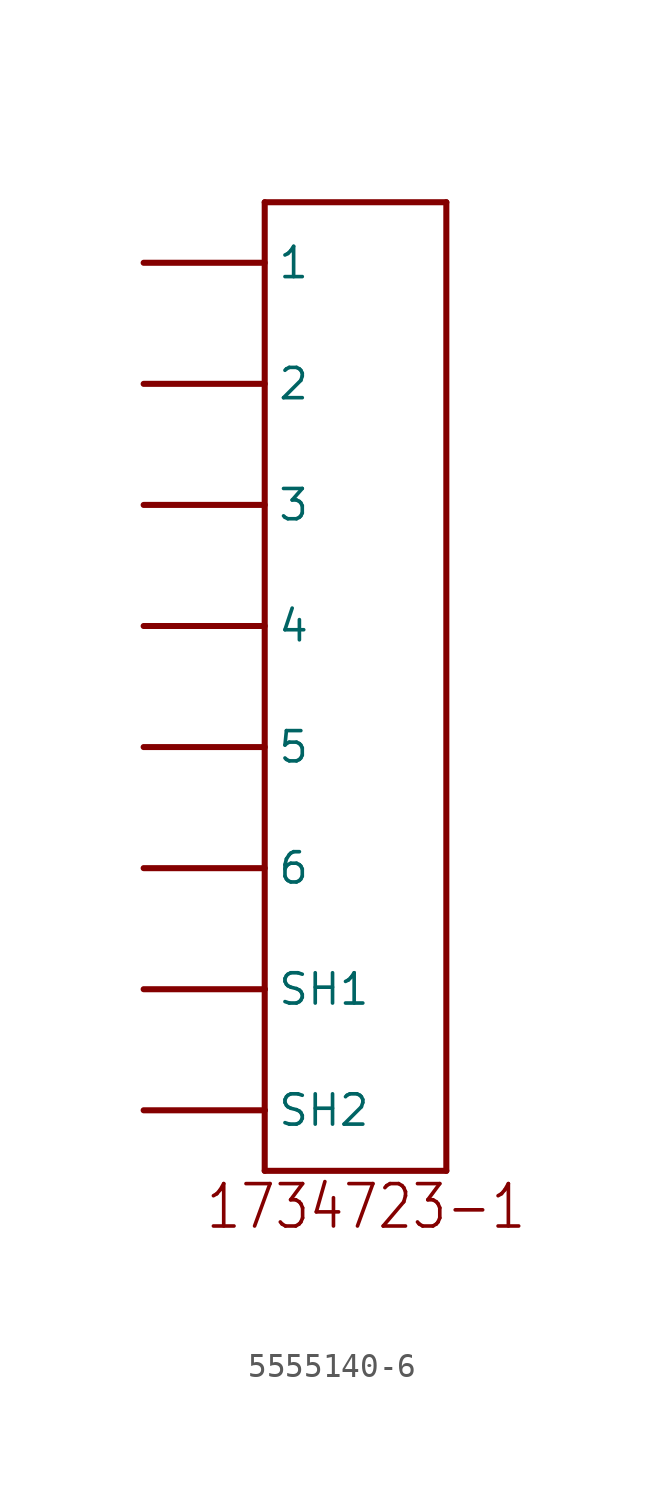
<source format=kicad_sym>
(kicad_symbol_lib
  (version 20220914)
  (generator kicad_symbol_editor)
  (symbol "5555140-6"
    (property "Reference" "E"
      (at -5.08 -30.48 0)
      (effects (font (size 1.27 1.079)) (justify left bottom) hide))
    (property "ki_locked" ""
      (at 0 0 0)
      (effects (font (size 1.27 1.27))))
    (symbol "5555140-6_1_0"
      (polyline (pts (xy -2.54 -25.4) (xy 5.08 -25.4)) (stroke (width 0.254) (type solid)) (fill (type none)))
      (polyline (pts (xy -2.54 -22.86) (xy -7.62 -22.86)) (stroke (width 0.254) (type solid)) (fill (type none)))
      (polyline (pts (xy -2.54 -22.86) (xy -2.54 -25.4)) (stroke (width 0.254) (type solid)) (fill (type none)))
      (polyline (pts (xy -2.54 -17.78) (xy -7.62 -17.78)) (stroke (width 0.254) (type solid)) (fill (type none)))
      (polyline (pts (xy -2.54 -17.78) (xy -2.54 -22.86)) (stroke (width 0.254) (type solid)) (fill (type none)))
      (polyline (pts (xy -2.54 -12.7) (xy -7.62 -12.7)) (stroke (width 0.254) (type solid)) (fill (type none)))
      (polyline (pts (xy -2.54 -7.62) (xy -7.62 -7.62)) (stroke (width 0.254) (type solid)) (fill (type none)))
      (polyline (pts (xy -2.54 -2.54) (xy -7.62 -2.54)) (stroke (width 0.254) (type solid)) (fill (type none)))
      (polyline (pts (xy -2.54 2.54) (xy -7.62 2.54)) (stroke (width 0.254) (type solid)) (fill (type none)))
      (polyline (pts (xy -2.54 7.62) (xy -7.62 7.62)) (stroke (width 0.254) (type solid)) (fill (type none)))
      (polyline (pts (xy -2.54 12.7) (xy -7.62 12.7)) (stroke (width 0.254) (type solid)) (fill (type none)))
      (polyline (pts (xy -2.54 15.24) (xy -2.54 -17.78)) (stroke (width 0.254) (type solid)) (fill (type none)))
      (polyline (pts (xy 5.08 -25.4) (xy 5.08 15.24)) (stroke (width 0.254) (type solid)) (fill (type none)))
      (polyline (pts (xy 5.08 15.24) (xy -2.54 15.24)) (stroke (width 0.254) (type solid)) (fill (type none)))
      (text "1734723-1" (at -5.08 -27.94 0) (effects (font (size 1.778 1.511)) (justify left bottom)))
      (pin bidirectional line (at -7.62 12.7 0) (length 5.08) (name "1" (effects (font (size 1.27 1.27)))) (number "1" (effects (font (size 0 0)))))
      (pin bidirectional line (at -7.62 7.62 0) (length 5.08) (name "2" (effects (font (size 1.27 1.27)))) (number "2" (effects (font (size 0 0)))))
      (pin bidirectional line (at -7.62 2.54 0) (length 5.08) (name "3" (effects (font (size 1.27 1.27)))) (number "3" (effects (font (size 0 0)))))
      (pin bidirectional line (at -7.62 -2.54 0) (length 5.08) (name "4" (effects (font (size 1.27 1.27)))) (number "4" (effects (font (size 0 0)))))
      (pin bidirectional line (at -7.62 -7.62 0) (length 5.08) (name "5" (effects (font (size 1.27 1.27)))) (number "5" (effects (font (size 0 0)))))
      (pin bidirectional line (at -7.62 -12.7 0) (length 5.08) (name "6" (effects (font (size 1.27 1.27)))) (number "6" (effects (font (size 0 0)))))
      (pin bidirectional line (at -7.62 -17.78 0) (length 5.08) (name "SH1" (effects (font (size 1.27 1.27)))) (number "SH1" (effects (font (size 0 0)))))
      (pin bidirectional line (at -7.62 -22.86 0) (length 5.08) (name "SH2" (effects (font (size 1.27 1.27)))) (number "SH2" (effects (font (size 0 0))))))))
</source>
